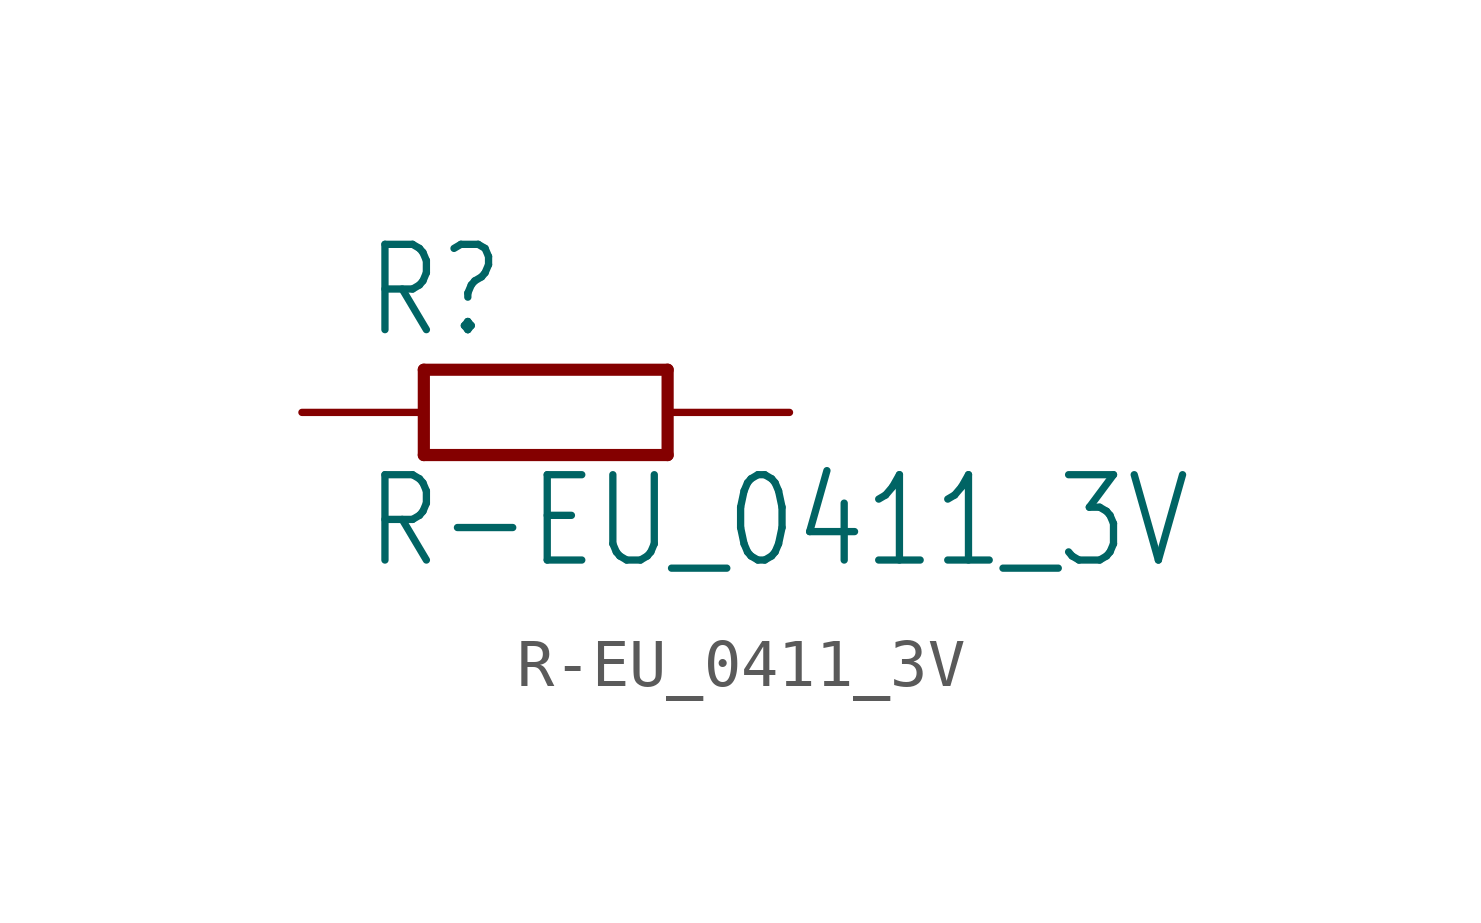
<source format=kicad_sym>
(kicad_symbol_lib
  (version 20201005)
  (generator kicad_symbol_editor)
  (symbol "R-EU_0411_3V"
    (property "Reference" "R"
      (at -3.81 1.499 0)
      (effects (font (size 1.778 1.511)) (justify left bottom)))
    (property "Value" "R-EU_0411_3V"
      (at -3.81 -3.302 0)
      (effects (font (size 1.778 1.511)) (justify left bottom)))
    (property "ki_locked" ""
      (at 0 0 0)
      (effects (font (size 1.27 1.27))))
    (symbol "R-EU_0411_3V_1_0"
      (polyline (pts (xy -2.54 -0.889) (xy 2.54 -0.889)) (stroke (width 0.254)) (fill (type none)))
      (polyline (pts (xy 2.54 0.889) (xy -2.54 0.889)) (stroke (width 0.254)) (fill (type none)))
      (polyline (pts (xy 2.54 -0.889) (xy 2.54 0.889)) (stroke (width 0.254)) (fill (type none)))
      (polyline (pts (xy -2.54 -0.889) (xy -2.54 0.889)) (stroke (width 0.254)) (fill (type none)))
      (pin passive line (at 5.08 0 180) (length 2.54) (name "2" (effects (font (size 0 0)))) (number "2" (effects (font (size 0 0)))))
      (pin passive line (at -5.08 0 0) (length 2.54) (name "1" (effects (font (size 0 0)))) (number "1" (effects (font (size 0 0))))))))
</source>
